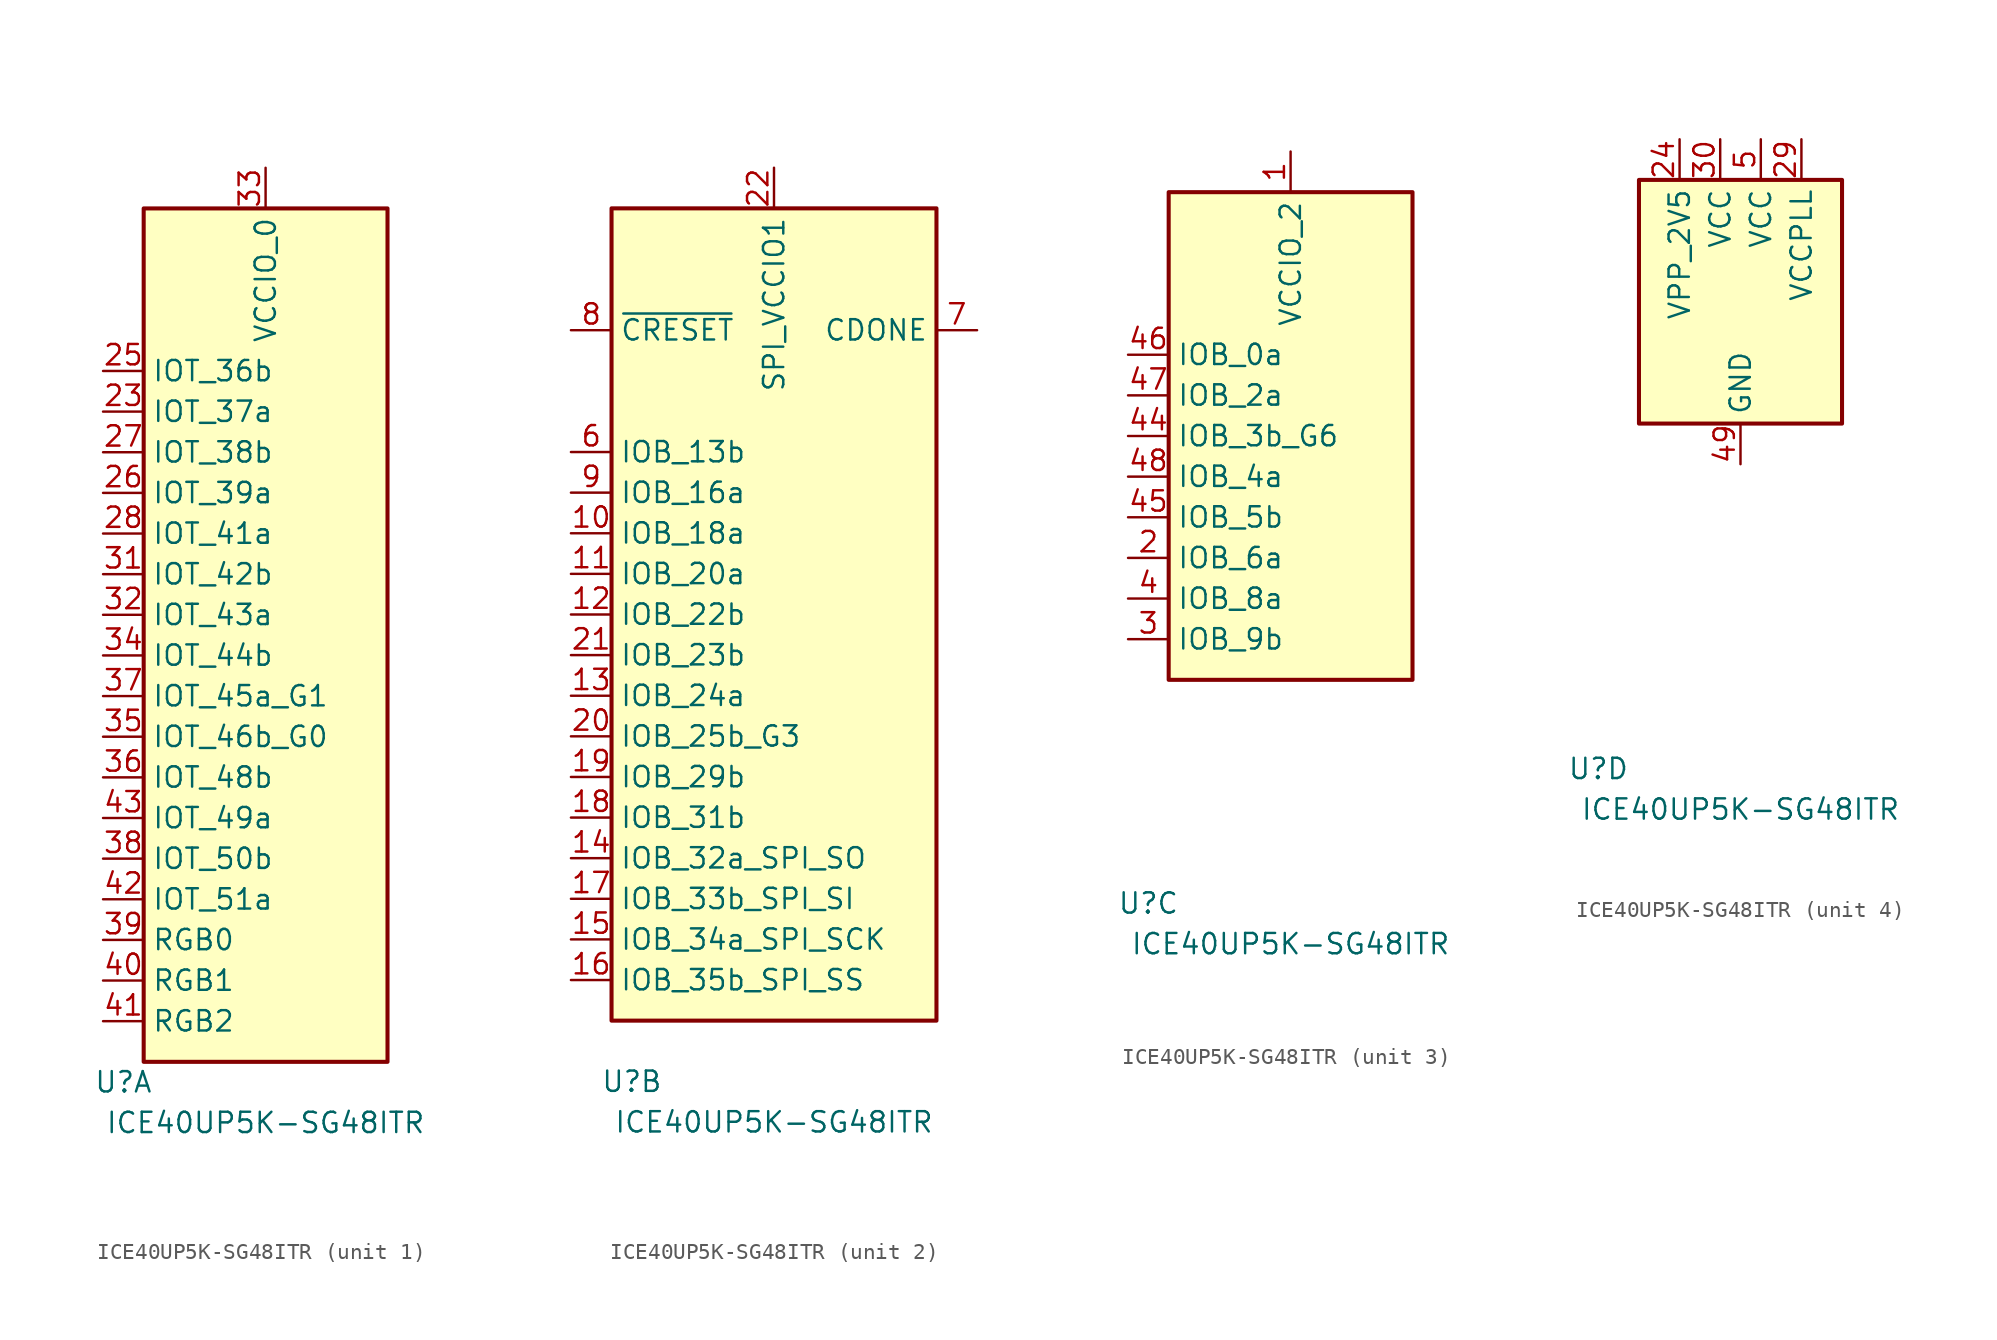
<source format=kicad_sym>
(kicad_symbol_lib
  (version 20241209)
  (generator "kicad_symbol_editor")
  (generator_version "9.0")
  (symbol "ICE40UP5K-SG48ITR"
    (property "Reference" "U"
      (at -8.89 -29.21 0)
      (effects (font (size 1.27 1.27))))
    (property "Value" "ICE40UP5K-SG48ITR"
      (at 0 -31.75 0)
      (effects (font (size 1.27 1.27))))
    (property "ki_locked" ""
      (at 0 0 0)
      (effects (font (size 1.27 1.27))))
    (symbol "ICE40UP5K-SG48ITR_1_1"
      (rectangle (start -7.62 25.4) (end 7.62 -27.94) (stroke (width 0.254) (type solid)) (fill (type background)))
      (pin bidirectional line (at -10.16 15.24 0) (length 2.54) (name "IOT_36b" (effects (font (size 1.27 1.27)))) (number "25" (effects (font (size 1.27 1.27)))))
      (pin bidirectional line (at -10.16 12.7 0) (length 2.54) (name "IOT_37a" (effects (font (size 1.27 1.27)))) (number "23" (effects (font (size 1.27 1.27)))))
      (pin bidirectional line (at -10.16 10.16 0) (length 2.54) (name "IOT_38b" (effects (font (size 1.27 1.27)))) (number "27" (effects (font (size 1.27 1.27)))))
      (pin bidirectional line (at -10.16 7.62 0) (length 2.54) (name "IOT_39a" (effects (font (size 1.27 1.27)))) (number "26" (effects (font (size 1.27 1.27)))))
      (pin bidirectional line (at -10.16 5.08 0) (length 2.54) (name "IOT_41a" (effects (font (size 1.27 1.27)))) (number "28" (effects (font (size 1.27 1.27)))))
      (pin bidirectional line (at -10.16 2.54 0) (length 2.54) (name "IOT_42b" (effects (font (size 1.27 1.27)))) (number "31" (effects (font (size 1.27 1.27)))))
      (pin bidirectional line (at -10.16 0 0) (length 2.54) (name "IOT_43a" (effects (font (size 1.27 1.27)))) (number "32" (effects (font (size 1.27 1.27)))))
      (pin bidirectional line (at -10.16 -2.54 0) (length 2.54) (name "IOT_44b" (effects (font (size 1.27 1.27)))) (number "34" (effects (font (size 1.27 1.27)))))
      (pin bidirectional line (at -10.16 -5.08 0) (length 2.54) (name "IOT_45a_G1" (effects (font (size 1.27 1.27)))) (number "37" (effects (font (size 1.27 1.27)))))
      (pin bidirectional line (at -10.16 -7.62 0) (length 2.54) (name "IOT_46b_G0" (effects (font (size 1.27 1.27)))) (number "35" (effects (font (size 1.27 1.27)))))
      (pin bidirectional line (at -10.16 -10.16 0) (length 2.54) (name "IOT_48b" (effects (font (size 1.27 1.27)))) (number "36" (effects (font (size 1.27 1.27)))))
      (pin bidirectional line (at -10.16 -12.7 0) (length 2.54) (name "IOT_49a" (effects (font (size 1.27 1.27)))) (number "43" (effects (font (size 1.27 1.27)))))
      (pin bidirectional line (at -10.16 -15.24 0) (length 2.54) (name "IOT_50b" (effects (font (size 1.27 1.27)))) (number "38" (effects (font (size 1.27 1.27)))))
      (pin bidirectional line (at -10.16 -17.78 0) (length 2.54) (name "IOT_51a" (effects (font (size 1.27 1.27)))) (number "42" (effects (font (size 1.27 1.27)))))
      (pin open_collector line (at -10.16 -20.32 0) (length 2.54) (name "RGB0" (effects (font (size 1.27 1.27)))) (number "39" (effects (font (size 1.27 1.27)))))
      (pin open_collector line (at -10.16 -22.86 0) (length 2.54) (name "RGB1" (effects (font (size 1.27 1.27)))) (number "40" (effects (font (size 1.27 1.27)))))
      (pin open_collector line (at -10.16 -25.4 0) (length 2.54) (name "RGB2" (effects (font (size 1.27 1.27)))) (number "41" (effects (font (size 1.27 1.27)))))
      (pin power_in line (at 0 27.94 270) (length 2.54) (name "VCCIO_0" (effects (font (size 1.27 1.27)))) (number "33" (effects (font (size 1.27 1.27))))))
    (symbol "ICE40UP5K-SG48ITR_2_1"
      (rectangle (start -10.16 25.4) (end 10.16 -25.4) (stroke (width 0.254) (type solid)) (fill (type background)))
      (pin input line (at -12.7 17.78 0) (length 2.54) (name "~{CRESET}" (effects (font (size 1.27 1.27)))) (number "8" (effects (font (size 1.27 1.27)))))
      (pin bidirectional line (at -12.7 10.16 0) (length 2.54) (name "IOB_13b" (effects (font (size 1.27 1.27)))) (number "6" (effects (font (size 1.27 1.27)))))
      (pin bidirectional line (at -12.7 7.62 0) (length 2.54) (name "IOB_16a" (effects (font (size 1.27 1.27)))) (number "9" (effects (font (size 1.27 1.27)))))
      (pin bidirectional line (at -12.7 5.08 0) (length 2.54) (name "IOB_18a" (effects (font (size 1.27 1.27)))) (number "10" (effects (font (size 1.27 1.27)))))
      (pin bidirectional line (at -12.7 2.54 0) (length 2.54) (name "IOB_20a" (effects (font (size 1.27 1.27)))) (number "11" (effects (font (size 1.27 1.27)))))
      (pin bidirectional line (at -12.7 0 0) (length 2.54) (name "IOB_22b" (effects (font (size 1.27 1.27)))) (number "12" (effects (font (size 1.27 1.27)))))
      (pin bidirectional line (at -12.7 -2.54 0) (length 2.54) (name "IOB_23b" (effects (font (size 1.27 1.27)))) (number "21" (effects (font (size 1.27 1.27)))))
      (pin bidirectional line (at -12.7 -5.08 0) (length 2.54) (name "IOB_24a" (effects (font (size 1.27 1.27)))) (number "13" (effects (font (size 1.27 1.27)))))
      (pin bidirectional line (at -12.7 -7.62 0) (length 2.54) (name "IOB_25b_G3" (effects (font (size 1.27 1.27)))) (number "20" (effects (font (size 1.27 1.27)))))
      (pin bidirectional line (at -12.7 -10.16 0) (length 2.54) (name "IOB_29b" (effects (font (size 1.27 1.27)))) (number "19" (effects (font (size 1.27 1.27)))))
      (pin bidirectional line (at -12.7 -12.7 0) (length 2.54) (name "IOB_31b" (effects (font (size 1.27 1.27)))) (number "18" (effects (font (size 1.27 1.27)))))
      (pin bidirectional line (at -12.7 -15.24 0) (length 2.54) (name "IOB_32a_SPI_SO" (effects (font (size 1.27 1.27)))) (number "14" (effects (font (size 1.27 1.27)))))
      (pin bidirectional line (at -12.7 -17.78 0) (length 2.54) (name "IOB_33b_SPI_SI" (effects (font (size 1.27 1.27)))) (number "17" (effects (font (size 1.27 1.27)))))
      (pin bidirectional line (at -12.7 -20.32 0) (length 2.54) (name "IOB_34a_SPI_SCK" (effects (font (size 1.27 1.27)))) (number "15" (effects (font (size 1.27 1.27)))))
      (pin bidirectional line (at -12.7 -22.86 0) (length 2.54) (name "IOB_35b_SPI_SS" (effects (font (size 1.27 1.27)))) (number "16" (effects (font (size 1.27 1.27)))))
      (pin power_in line (at 0 27.94 270) (length 2.54) (name "SPI_VCCIO1" (effects (font (size 1.27 1.27)))) (number "22" (effects (font (size 1.27 1.27)))))
      (pin open_collector line (at 12.7 17.78 180) (length 2.54) (name "CDONE" (effects (font (size 1.27 1.27)))) (number "7" (effects (font (size 1.27 1.27))))))
    (symbol "ICE40UP5K-SG48ITR_3_1"
      (rectangle (start -7.62 15.24) (end 7.62 -15.24) (stroke (width 0.254) (type solid)) (fill (type background)))
      (pin bidirectional line (at -10.16 5.08 0) (length 2.54) (name "IOB_0a" (effects (font (size 1.27 1.27)))) (number "46" (effects (font (size 1.27 1.27)))))
      (pin bidirectional line (at -10.16 2.54 0) (length 2.54) (name "IOB_2a" (effects (font (size 1.27 1.27)))) (number "47" (effects (font (size 1.27 1.27)))))
      (pin bidirectional line (at -10.16 0 0) (length 2.54) (name "IOB_3b_G6" (effects (font (size 1.27 1.27)))) (number "44" (effects (font (size 1.27 1.27)))))
      (pin bidirectional line (at -10.16 -2.54 0) (length 2.54) (name "IOB_4a" (effects (font (size 1.27 1.27)))) (number "48" (effects (font (size 1.27 1.27)))))
      (pin bidirectional line (at -10.16 -5.08 0) (length 2.54) (name "IOB_5b" (effects (font (size 1.27 1.27)))) (number "45" (effects (font (size 1.27 1.27)))))
      (pin bidirectional line (at -10.16 -7.62 0) (length 2.54) (name "IOB_6a" (effects (font (size 1.27 1.27)))) (number "2" (effects (font (size 1.27 1.27)))))
      (pin bidirectional line (at -10.16 -10.16 0) (length 2.54) (name "IOB_8a" (effects (font (size 1.27 1.27)))) (number "4" (effects (font (size 1.27 1.27)))))
      (pin bidirectional line (at -10.16 -12.7 0) (length 2.54) (name "IOB_9b" (effects (font (size 1.27 1.27)))) (number "3" (effects (font (size 1.27 1.27)))))
      (pin power_in line (at 0 17.78 270) (length 2.54) (name "VCCIO_2" (effects (font (size 1.27 1.27)))) (number "1" (effects (font (size 1.27 1.27))))))
    (symbol "ICE40UP5K-SG48ITR_4_1"
      (rectangle (start -6.35 7.62) (end 6.35 -7.62) (stroke (width 0.254) (type solid)) (fill (type background)))
      (pin power_in line (at -3.81 10.16 270) (length 2.54) (name "VPP_2V5" (effects (font (size 1.27 1.27)))) (number "24" (effects (font (size 1.27 1.27)))))
      (pin power_in line (at -1.27 10.16 270) (length 2.54) (name "VCC" (effects (font (size 1.27 1.27)))) (number "30" (effects (font (size 1.27 1.27)))))
      (pin power_in line (at 0 -10.16 90) (length 2.54) (name "GND" (effects (font (size 1.27 1.27)))) (number "49" (effects (font (size 1.27 1.27)))))
      (pin power_in line (at 1.27 10.16 270) (length 2.54) (name "VCC" (effects (font (size 1.27 1.27)))) (number "5" (effects (font (size 1.27 1.27)))))
      (pin power_out line (at 3.81 10.16 270) (length 2.54) (name "VCCPLL" (effects (font (size 1.27 1.27)))) (number "29" (effects (font (size 1.27 1.27))))))))
</source>
